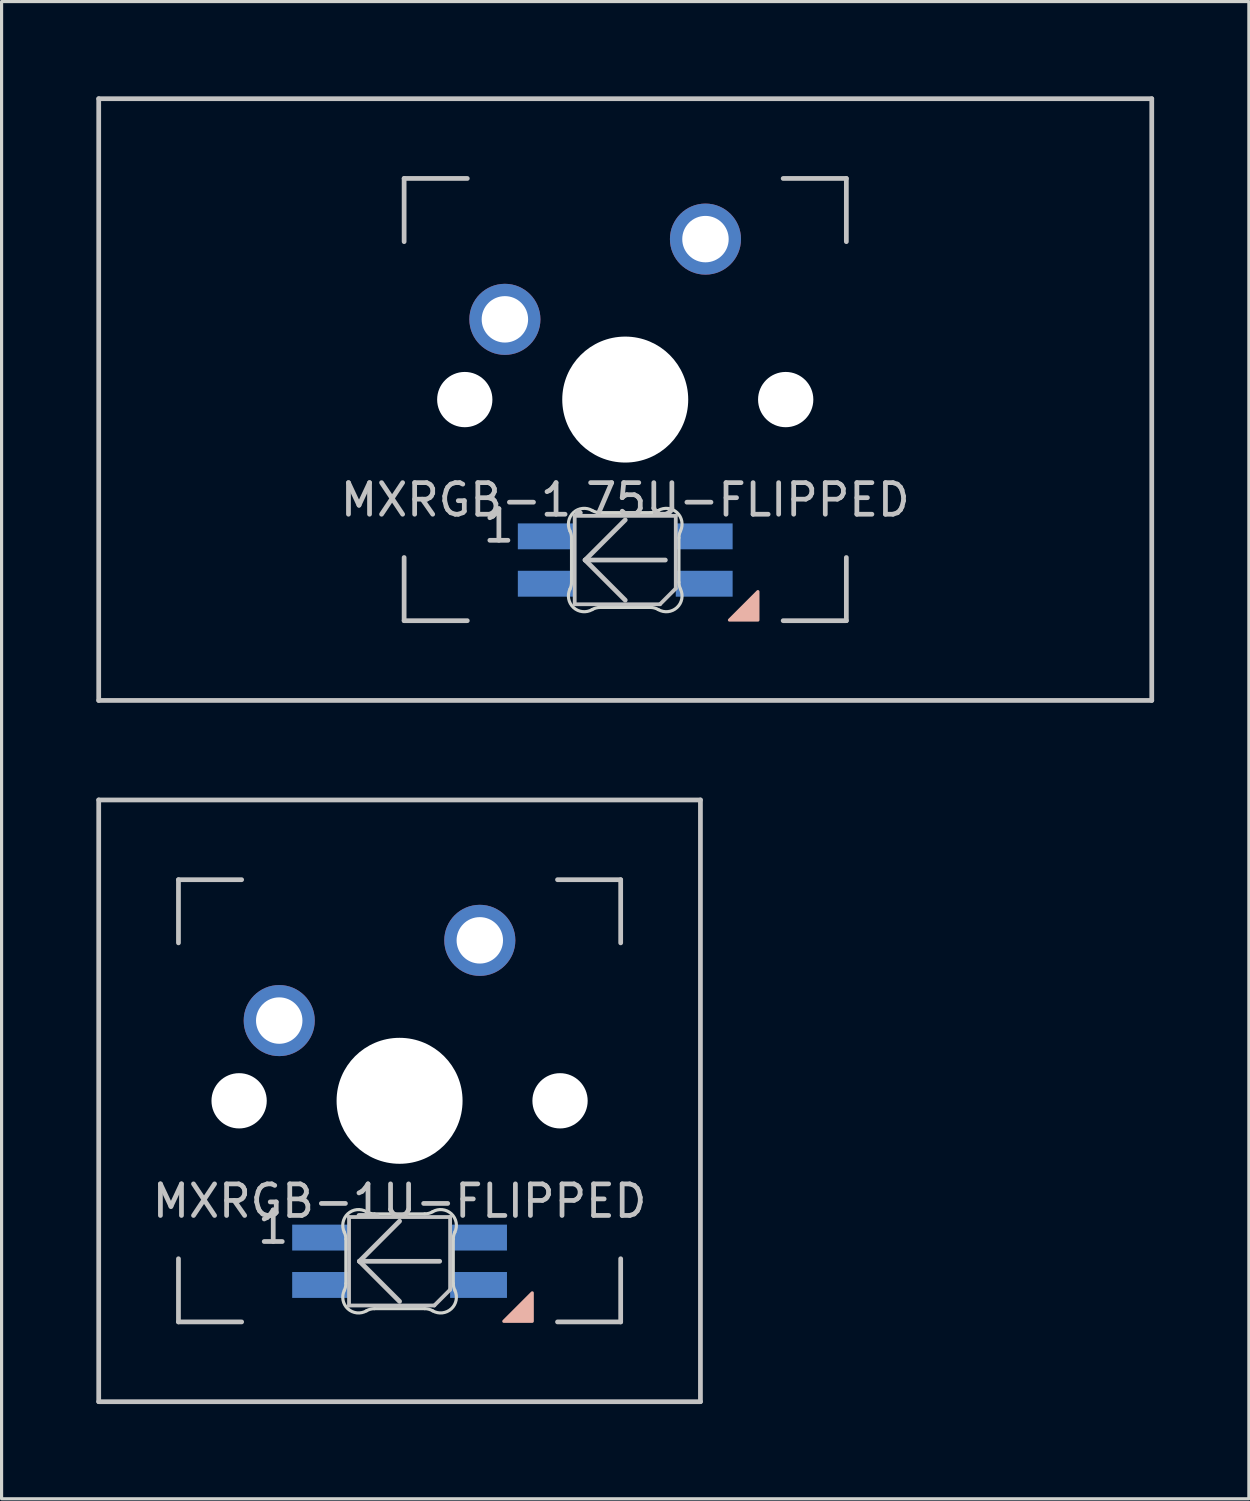
<source format=kicad_pcb>
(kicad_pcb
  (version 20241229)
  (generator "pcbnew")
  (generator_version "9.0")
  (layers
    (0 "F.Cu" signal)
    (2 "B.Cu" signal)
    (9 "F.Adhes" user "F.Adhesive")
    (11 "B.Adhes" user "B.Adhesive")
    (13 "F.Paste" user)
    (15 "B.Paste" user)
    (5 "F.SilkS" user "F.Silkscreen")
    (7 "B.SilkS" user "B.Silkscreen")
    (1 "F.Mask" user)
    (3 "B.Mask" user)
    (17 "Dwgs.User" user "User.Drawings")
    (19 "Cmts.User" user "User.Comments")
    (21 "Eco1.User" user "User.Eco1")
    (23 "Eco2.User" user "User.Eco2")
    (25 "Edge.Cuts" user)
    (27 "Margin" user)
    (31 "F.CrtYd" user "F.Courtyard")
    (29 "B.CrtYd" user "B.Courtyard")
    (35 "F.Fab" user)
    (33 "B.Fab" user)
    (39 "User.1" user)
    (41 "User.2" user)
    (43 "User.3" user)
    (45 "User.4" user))
  (footprint "MXRGB-1.75U-FLIPPED"
    (layer "F.Cu")
    (at 16.744 9.6)
    (property "Reference" "MXRGB-1.75U-FLIPPED" (at 0 3.175 0) (layer "Dwgs.User") (effects (font (size 1 1) (thickness 0.15))))
    (attr through_hole)
    (fp_poly (pts (xy 4.2 6.08) (xy 3.3 6.98) (xy 4.2 6.98)) (stroke (width 0.1) (type solid)) (fill yes) (layer "B.SilkS"))
    (fp_line (start -16.669 -9.525) (end 16.669 -9.525) (stroke (width 0.15) (type solid)) (layer "Dwgs.User"))
    (fp_line (start -16.669 9.525) (end -16.669 -9.525) (stroke (width 0.15) (type solid)) (layer "Dwgs.User"))
    (fp_line (start -16.669 9.525) (end 16.669 9.525) (stroke (width 0.15) (type solid)) (layer "Dwgs.User"))
    (fp_line (start -7 -7) (end -7 -5) (stroke (width 0.15) (type solid)) (layer "Dwgs.User"))
    (fp_line (start -7 5) (end -7 7) (stroke (width 0.15) (type solid)) (layer "Dwgs.User"))
    (fp_line (start -7 7) (end -5 7) (stroke (width 0.15) (type solid)) (layer "Dwgs.User"))
    (fp_line (start -5 -7) (end -7 -7) (stroke (width 0.15) (type solid)) (layer "Dwgs.User"))
    (fp_line (start -1.6 3.68) (end -1.6 6.48) (stroke (width 0.12) (type solid)) (layer "Dwgs.User"))
    (fp_line (start -1.6 6.48) (end 1.1 6.48) (stroke (width 0.12) (type solid)) (layer "Dwgs.User"))
    (fp_line (start -1.27 5.08) (end 0 3.81) (stroke (width 0.15) (type solid)) (layer "Dwgs.User"))
    (fp_line (start -1.27 5.08) (end 0 6.35) (stroke (width 0.15) (type solid)) (layer "Dwgs.User"))
    (fp_line (start -1.27 5.08) (end 1.27 5.08) (stroke (width 0.15) (type solid)) (layer "Dwgs.User"))
    (fp_line (start 1.6 3.68) (end -1.6 3.68) (stroke (width 0.12) (type solid)) (layer "Dwgs.User"))
    (fp_line (start 1.6 5.98) (end 1.1 6.48) (stroke (width 0.12) (type solid)) (layer "Dwgs.User"))
    (fp_line (start 1.6 5.98) (end 1.6 3.68) (stroke (width 0.12) (type solid)) (layer "Dwgs.User"))
    (fp_line (start 5 -7) (end 7 -7) (stroke (width 0.15) (type solid)) (layer "Dwgs.User"))
    (fp_line (start 5 7) (end 7 7) (stroke (width 0.15) (type solid)) (layer "Dwgs.User"))
    (fp_line (start 7 -7) (end 7 -5) (stroke (width 0.15) (type solid)) (layer "Dwgs.User"))
    (fp_line (start 7 7) (end 7 5) (stroke (width 0.15) (type solid)) (layer "Dwgs.User"))
    (fp_line (start 16.669 -9.525) (end 16.669 9.525) (stroke (width 0.15) (type solid)) (layer "Dwgs.User"))
    (fp_line (start -1.7 5.783) (end -1.7 4.377) (stroke (width 0.1) (type solid)) (layer "Edge.Cuts"))
    (fp_line (start -0.794 3.58) (end 0.794 3.58) (stroke (width 0.1) (type solid)) (layer "Edge.Cuts"))
    (fp_line (start 0.794 6.58) (end -0.794 6.58) (stroke (width 0.1) (type solid)) (layer "Edge.Cuts"))
    (fp_line (start 1.7 4.377) (end 1.7 5.783) (stroke (width 0.1) (type solid)) (layer "Edge.Cuts"))
    (fp_arc (start -1.749484 4.160279) (mid -1.712527 4.265931) (end -1.699999 4.377157) (stroke (width 0.1) (type solid)) (layer "Edge.Cuts"))
    (fp_arc (start -1.749484 4.160279) (mid -1.638071 3.575964) (end -1.046711 3.5117) (stroke (width 0.1) (type solid)) (layer "Edge.Cuts"))
    (fp_arc (start -1.699999 5.782842) (mid -1.712527 5.894067) (end -1.749484 5.999719) (stroke (width 0.1) (type solid)) (layer "Edge.Cuts"))
    (fp_arc (start -1.046711 6.648296) (mid -1.63807 6.584033) (end -1.749484 5.999719) (stroke (width 0.1) (type solid)) (layer "Edge.Cuts"))
    (fp_arc (start -1.04671 6.648298) (mid -0.925122 6.597376) (end -0.794452 6.579999) (stroke (width 0.1) (type solid)) (layer "Edge.Cuts"))
    (fp_arc (start -0.794453 3.579999) (mid -0.925123 3.562622) (end -1.046711 3.5117) (stroke (width 0.1) (type solid)) (layer "Edge.Cuts"))
    (fp_arc (start 0.794452 6.579999) (mid 0.925123 6.597376) (end 1.046711 6.648298) (stroke (width 0.1) (type solid)) (layer "Edge.Cuts"))
    (fp_arc (start 1.046711 3.511701) (mid 0.925123 3.562623) (end 0.794453 3.58) (stroke (width 0.1) (type solid)) (layer "Edge.Cuts"))
    (fp_arc (start 1.046711 3.511701) (mid 1.638071 3.575965) (end 1.749484 4.160279) (stroke (width 0.1) (type solid)) (layer "Edge.Cuts"))
    (fp_arc (start 1.699999 4.377156) (mid 1.712527 4.265931) (end 1.749484 4.160279) (stroke (width 0.1) (type solid)) (layer "Edge.Cuts"))
    (fp_arc (start 1.749484 5.999718) (mid 1.638072 6.584034) (end 1.046711 6.648298) (stroke (width 0.1) (type solid)) (layer "Edge.Cuts"))
    (fp_arc (start 1.749484 5.999719) (mid 1.712527 5.894067) (end 1.699999 5.782841) (stroke (width 0.1) (type solid)) (layer "Edge.Cuts"))
    (fp_text user "1" (at -4 4 0) (layer "Dwgs.User") (effects (font (size 1 1) (thickness 0.15))))
    (pad "" np_thru_hole circle (at -5.08 0 48.1) (size 1.75 1.75) (drill 1.75) (layers "*.Cu" "*.Mask"))
    (pad "" np_thru_hole circle (at 0 0) (size 3.988 3.988) (drill 3.988) (layers "*.Cu" "*.Mask"))
    (pad "" np_thru_hole circle (at 5.08 0 48.1) (size 1.75 1.75) (drill 1.75) (layers "*.Cu" "*.Mask"))
    (pad "1" thru_hole circle (at -3.81 -2.54) (size 2.25 2.25) (drill 1.47) (layers "*.Cu" "B.Mask"))
    (pad "2" thru_hole circle (at 2.54 -5.08) (size 2.25 2.25) (drill 1.47) (layers "*.Cu" "B.Mask"))
    (pad "3" smd rect (at -2.5 4.33) (size 1.8 0.82) (layers "B.Cu" "B.Mask" "B.Paste"))
    (pad "4" smd rect (at -2.5 5.83) (size 1.8 0.82) (layers "B.Cu" "B.Mask" "B.Paste"))
    (pad "5" smd rect (at 2.5 5.83) (size 1.8 0.82) (layers "B.Cu" "B.Mask" "B.Paste"))
    (pad "6" smd rect (at 2.5 4.33) (size 1.8 0.82) (layers "B.Cu" "B.Mask" "B.Paste")))
  (footprint "MXRGB-1U-FLIPPED"
    (layer "F.Cu")
    (at 9.6 31.8)
    (property "Reference" "MXRGB-1U-FLIPPED" (at 0 3.175 0) (layer "Dwgs.User") (effects (font (size 1 1) (thickness 0.15))))
    (attr through_hole)
    (fp_poly (pts (xy 4.2 6.08) (xy 3.3 6.98) (xy 4.2 6.98)) (stroke (width 0.1) (type solid)) (fill yes) (layer "B.SilkS"))
    (fp_line (start -9.525 -9.525) (end 9.525 -9.525) (stroke (width 0.15) (type solid)) (layer "Dwgs.User"))
    (fp_line (start -9.525 9.525) (end -9.525 -9.525) (stroke (width 0.15) (type solid)) (layer "Dwgs.User"))
    (fp_line (start -7 -7) (end -7 -5) (stroke (width 0.15) (type solid)) (layer "Dwgs.User"))
    (fp_line (start -7 5) (end -7 7) (stroke (width 0.15) (type solid)) (layer "Dwgs.User"))
    (fp_line (start -7 7) (end -5 7) (stroke (width 0.15) (type solid)) (layer "Dwgs.User"))
    (fp_line (start -5 -7) (end -7 -7) (stroke (width 0.15) (type solid)) (layer "Dwgs.User"))
    (fp_line (start -1.6 3.68) (end -1.6 6.48) (stroke (width 0.12) (type solid)) (layer "Dwgs.User"))
    (fp_line (start -1.6 6.48) (end 1.1 6.48) (stroke (width 0.12) (type solid)) (layer "Dwgs.User"))
    (fp_line (start -1.27 5.08) (end 0 3.81) (stroke (width 0.15) (type solid)) (layer "Dwgs.User"))
    (fp_line (start -1.27 5.08) (end 0 6.35) (stroke (width 0.15) (type solid)) (layer "Dwgs.User"))
    (fp_line (start -1.27 5.08) (end 1.27 5.08) (stroke (width 0.15) (type solid)) (layer "Dwgs.User"))
    (fp_line (start 1.6 3.68) (end -1.6 3.68) (stroke (width 0.12) (type solid)) (layer "Dwgs.User"))
    (fp_line (start 1.6 5.98) (end 1.1 6.48) (stroke (width 0.12) (type solid)) (layer "Dwgs.User"))
    (fp_line (start 1.6 5.98) (end 1.6 3.68) (stroke (width 0.12) (type solid)) (layer "Dwgs.User"))
    (fp_line (start 5 -7) (end 7 -7) (stroke (width 0.15) (type solid)) (layer "Dwgs.User"))
    (fp_line (start 5 7) (end 7 7) (stroke (width 0.15) (type solid)) (layer "Dwgs.User"))
    (fp_line (start 7 -7) (end 7 -5) (stroke (width 0.15) (type solid)) (layer "Dwgs.User"))
    (fp_line (start 7 7) (end 7 5) (stroke (width 0.15) (type solid)) (layer "Dwgs.User"))
    (fp_line (start 9.525 -9.525) (end 9.525 9.525) (stroke (width 0.15) (type solid)) (layer "Dwgs.User"))
    (fp_line (start 9.525 9.525) (end -9.525 9.525) (stroke (width 0.15) (type solid)) (layer "Dwgs.User"))
    (fp_line (start -1.7 5.783) (end -1.7 4.377) (stroke (width 0.1) (type solid)) (layer "Edge.Cuts"))
    (fp_line (start -0.794 3.58) (end 0.794 3.58) (stroke (width 0.1) (type solid)) (layer "Edge.Cuts"))
    (fp_line (start 0.794 6.58) (end -0.794 6.58) (stroke (width 0.1) (type solid)) (layer "Edge.Cuts"))
    (fp_line (start 1.7 4.377) (end 1.7 5.783) (stroke (width 0.1) (type solid)) (layer "Edge.Cuts"))
    (fp_arc (start -1.749484 4.160279) (mid -1.712527 4.265931) (end -1.699999 4.377157) (stroke (width 0.1) (type solid)) (layer "Edge.Cuts"))
    (fp_arc (start -1.749484 4.160279) (mid -1.638071 3.575964) (end -1.046711 3.5117) (stroke (width 0.1) (type solid)) (layer "Edge.Cuts"))
    (fp_arc (start -1.699999 5.782842) (mid -1.712527 5.894067) (end -1.749484 5.999719) (stroke (width 0.1) (type solid)) (layer "Edge.Cuts"))
    (fp_arc (start -1.046711 6.648296) (mid -1.63807 6.584033) (end -1.749484 5.999719) (stroke (width 0.1) (type solid)) (layer "Edge.Cuts"))
    (fp_arc (start -1.04671 6.648298) (mid -0.925122 6.597376) (end -0.794452 6.579999) (stroke (width 0.1) (type solid)) (layer "Edge.Cuts"))
    (fp_arc (start -0.794453 3.579999) (mid -0.925123 3.562622) (end -1.046711 3.5117) (stroke (width 0.1) (type solid)) (layer "Edge.Cuts"))
    (fp_arc (start 0.794452 6.579999) (mid 0.925123 6.597376) (end 1.046711 6.648298) (stroke (width 0.1) (type solid)) (layer "Edge.Cuts"))
    (fp_arc (start 1.046711 3.511701) (mid 0.925123 3.562623) (end 0.794453 3.58) (stroke (width 0.1) (type solid)) (layer "Edge.Cuts"))
    (fp_arc (start 1.046711 3.511701) (mid 1.638071 3.575965) (end 1.749484 4.160279) (stroke (width 0.1) (type solid)) (layer "Edge.Cuts"))
    (fp_arc (start 1.699999 4.377156) (mid 1.712527 4.265931) (end 1.749484 4.160279) (stroke (width 0.1) (type solid)) (layer "Edge.Cuts"))
    (fp_arc (start 1.749484 5.999718) (mid 1.638072 6.584034) (end 1.046711 6.648298) (stroke (width 0.1) (type solid)) (layer "Edge.Cuts"))
    (fp_arc (start 1.749484 5.999719) (mid 1.712527 5.894067) (end 1.699999 5.782841) (stroke (width 0.1) (type solid)) (layer "Edge.Cuts"))
    (fp_text user "1" (at -4 4 0) (layer "Dwgs.User") (effects (font (size 1 1) (thickness 0.15))))
    (pad "" np_thru_hole circle (at -5.08 0 48.1) (size 1.75 1.75) (drill 1.75) (layers "*.Cu" "*.Mask"))
    (pad "" np_thru_hole circle (at 0 0) (size 3.988 3.988) (drill 3.988) (layers "*.Cu" "*.Mask"))
    (pad "" np_thru_hole circle (at 5.08 0 48.1) (size 1.75 1.75) (drill 1.75) (layers "*.Cu" "*.Mask"))
    (pad "1" thru_hole circle (at -3.81 -2.54) (size 2.25 2.25) (drill 1.47) (layers "*.Cu" "B.Mask"))
    (pad "2" thru_hole circle (at 2.54 -5.08) (size 2.25 2.25) (drill 1.47) (layers "*.Cu" "B.Mask"))
    (pad "3" smd rect (at -2.5 4.33) (size 1.8 0.82) (layers "B.Cu" "B.Mask" "B.Paste"))
    (pad "4" smd rect (at -2.5 5.83) (size 1.8 0.82) (layers "B.Cu" "B.Mask" "B.Paste"))
    (pad "5" smd rect (at 2.5 5.83) (size 1.8 0.82) (layers "B.Cu" "B.Mask" "B.Paste"))
    (pad "6" smd rect (at 2.5 4.33) (size 1.8 0.82) (layers "B.Cu" "B.Mask" "B.Paste")))
  (gr_rect
    (start -3 -3)
    (end 36.487 44.4)
    (stroke (width 0.1) (type default))
    (fill no)
    (layer "Edge.Cuts")))
</source>
